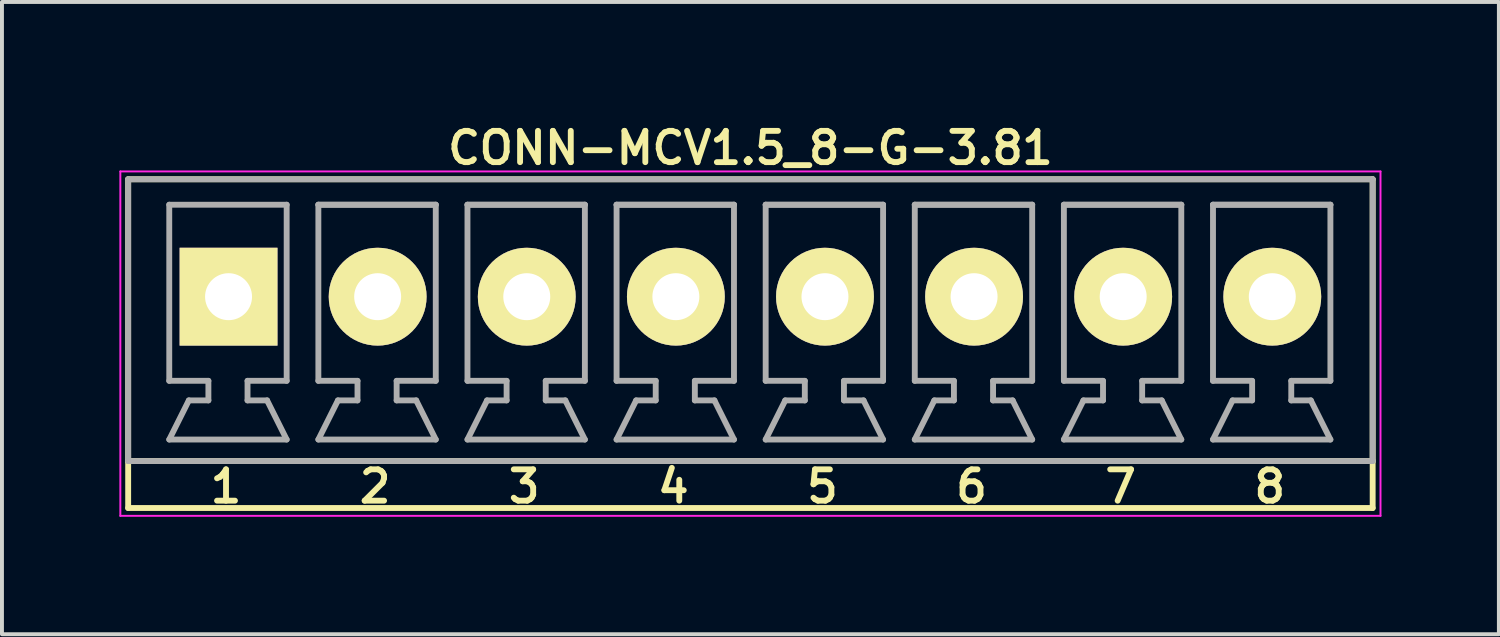
<source format=kicad_pcb>
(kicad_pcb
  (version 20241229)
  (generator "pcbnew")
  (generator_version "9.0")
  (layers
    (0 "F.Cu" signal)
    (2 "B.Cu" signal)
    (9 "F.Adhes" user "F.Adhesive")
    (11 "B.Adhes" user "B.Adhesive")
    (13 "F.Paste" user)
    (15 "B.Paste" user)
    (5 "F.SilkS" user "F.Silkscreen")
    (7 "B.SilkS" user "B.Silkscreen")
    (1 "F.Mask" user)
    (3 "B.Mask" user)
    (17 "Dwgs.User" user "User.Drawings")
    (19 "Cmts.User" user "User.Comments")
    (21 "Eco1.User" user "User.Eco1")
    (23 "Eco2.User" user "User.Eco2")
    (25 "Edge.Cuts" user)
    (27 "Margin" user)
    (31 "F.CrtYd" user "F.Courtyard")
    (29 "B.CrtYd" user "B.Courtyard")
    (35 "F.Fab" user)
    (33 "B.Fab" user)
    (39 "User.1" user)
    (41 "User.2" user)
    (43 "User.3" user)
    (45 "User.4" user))
  (footprint "CONN-MCV1.5_8-G-3.81"
    (layer "F.Cu")
    (at 16.125 4.531)
    (property "Reference" "CONN-MCV1.5_8-G-3.81" (at 0 -3.8 0) (layer "F.SilkS") (effects (font (size 0.8 0.8) (thickness 0.15))))
    (attr through_hole)
    (fp_line (start -15.9 -3) (end -15.9 4.2) (stroke (width 0.15) (type solid)) (layer "F.SilkS"))
    (fp_line (start -15.9 -3) (end 15.9 -3) (stroke (width 0.15) (type solid)) (layer "F.SilkS"))
    (fp_line (start -15.9 4.2) (end -15.9 5.4) (stroke (width 0.15) (type solid)) (layer "F.SilkS"))
    (fp_line (start -15.9 5.4) (end 15.9 5.4) (stroke (width 0.15) (type solid)) (layer "F.SilkS"))
    (fp_line (start 15.9 -3) (end 15.9 4.2) (stroke (width 0.15) (type solid)) (layer "F.SilkS"))
    (fp_line (start 15.9 4.2) (end -15.9 4.2) (stroke (width 0.15) (type solid)) (layer "F.SilkS"))
    (fp_line (start 15.9 5.4) (end 15.9 4.2) (stroke (width 0.15) (type solid)) (layer "F.SilkS"))
    (fp_line (start -16.1 -3.2) (end 16.1 -3.2) (stroke (width 0.05) (type solid)) (layer "F.CrtYd"))
    (fp_line (start -16.1 5.6) (end -16.1 -3.2) (stroke (width 0.05) (type solid)) (layer "F.CrtYd"))
    (fp_line (start 16.1 -3.2) (end 16.1 5.6) (stroke (width 0.05) (type solid)) (layer "F.CrtYd"))
    (fp_line (start 16.1 5.6) (end -16.1 5.6) (stroke (width 0.05) (type solid)) (layer "F.CrtYd"))
    (fp_line (start -15.9 -3) (end 15.9 -3) (stroke (width 0.15) (type solid)) (layer "F.Fab"))
    (fp_line (start -15.9 4.2) (end -15.9 -3) (stroke (width 0.15) (type solid)) (layer "F.Fab"))
    (fp_line (start -14.85 -2.35) (end -14.85 2.15) (stroke (width 0.15) (type solid)) (layer "F.Fab"))
    (fp_line (start -14.85 -2.35) (end -11.85 -2.35) (stroke (width 0.15) (type solid)) (layer "F.Fab"))
    (fp_line (start -14.85 3.65) (end -11.85 3.65) (stroke (width 0.15) (type solid)) (layer "F.Fab"))
    (fp_line (start -14.35 2.65) (end -14.85 3.65) (stroke (width 0.15) (type solid)) (layer "F.Fab"))
    (fp_line (start -13.85 2.15) (end -14.85 2.15) (stroke (width 0.15) (type solid)) (layer "F.Fab"))
    (fp_line (start -13.85 2.15) (end -13.85 2.65) (stroke (width 0.15) (type solid)) (layer "F.Fab"))
    (fp_line (start -13.85 2.65) (end -14.35 2.65) (stroke (width 0.15) (type solid)) (layer "F.Fab"))
    (fp_line (start -12.85 2.15) (end -12.85 2.65) (stroke (width 0.15) (type solid)) (layer "F.Fab"))
    (fp_line (start -12.85 2.65) (end -12.35 2.65) (stroke (width 0.15) (type solid)) (layer "F.Fab"))
    (fp_line (start -11.85 -2.35) (end -11.85 2.15) (stroke (width 0.15) (type solid)) (layer "F.Fab"))
    (fp_line (start -11.85 2.15) (end -12.85 2.15) (stroke (width 0.15) (type solid)) (layer "F.Fab"))
    (fp_line (start -11.85 3.65) (end -12.35 2.65) (stroke (width 0.15) (type solid)) (layer "F.Fab"))
    (fp_line (start -11.04 -2.35) (end -11.04 2.15) (stroke (width 0.15) (type solid)) (layer "F.Fab"))
    (fp_line (start -11.04 -2.35) (end -8.04 -2.35) (stroke (width 0.15) (type solid)) (layer "F.Fab"))
    (fp_line (start -11.04 -2.35) (end -8.04 -2.35) (stroke (width 0.15) (type solid)) (layer "F.Fab"))
    (fp_line (start -11.04 3.65) (end -8.04 3.65) (stroke (width 0.15) (type solid)) (layer "F.Fab"))
    (fp_line (start -10.54 2.65) (end -11.04 3.65) (stroke (width 0.15) (type solid)) (layer "F.Fab"))
    (fp_line (start -10.04 2.15) (end -11.04 2.15) (stroke (width 0.15) (type solid)) (layer "F.Fab"))
    (fp_line (start -10.04 2.15) (end -10.04 2.65) (stroke (width 0.15) (type solid)) (layer "F.Fab"))
    (fp_line (start -10.04 2.65) (end -10.54 2.65) (stroke (width 0.15) (type solid)) (layer "F.Fab"))
    (fp_line (start -9.04 2.15) (end -9.04 2.65) (stroke (width 0.15) (type solid)) (layer "F.Fab"))
    (fp_line (start -9.04 2.65) (end -8.54 2.65) (stroke (width 0.15) (type solid)) (layer "F.Fab"))
    (fp_line (start -8.04 -2.35) (end -8.04 2.15) (stroke (width 0.15) (type solid)) (layer "F.Fab"))
    (fp_line (start -8.04 2.15) (end -9.04 2.15) (stroke (width 0.15) (type solid)) (layer "F.Fab"))
    (fp_line (start -8.04 3.65) (end -8.54 2.65) (stroke (width 0.15) (type solid)) (layer "F.Fab"))
    (fp_line (start -7.23 -2.35) (end -7.23 2.15) (stroke (width 0.15) (type solid)) (layer "F.Fab"))
    (fp_line (start -7.23 -2.35) (end -4.23 -2.35) (stroke (width 0.15) (type solid)) (layer "F.Fab"))
    (fp_line (start -7.23 -2.35) (end -4.23 -2.35) (stroke (width 0.15) (type solid)) (layer "F.Fab"))
    (fp_line (start -7.23 3.65) (end -4.23 3.65) (stroke (width 0.15) (type solid)) (layer "F.Fab"))
    (fp_line (start -6.73 2.65) (end -7.23 3.65) (stroke (width 0.15) (type solid)) (layer "F.Fab"))
    (fp_line (start -6.23 2.15) (end -7.23 2.15) (stroke (width 0.15) (type solid)) (layer "F.Fab"))
    (fp_line (start -6.23 2.15) (end -6.23 2.65) (stroke (width 0.15) (type solid)) (layer "F.Fab"))
    (fp_line (start -6.23 2.65) (end -6.73 2.65) (stroke (width 0.15) (type solid)) (layer "F.Fab"))
    (fp_line (start -5.23 2.15) (end -5.23 2.65) (stroke (width 0.15) (type solid)) (layer "F.Fab"))
    (fp_line (start -5.23 2.65) (end -4.73 2.65) (stroke (width 0.15) (type solid)) (layer "F.Fab"))
    (fp_line (start -4.23 -2.35) (end -4.23 2.15) (stroke (width 0.15) (type solid)) (layer "F.Fab"))
    (fp_line (start -4.23 2.15) (end -5.23 2.15) (stroke (width 0.15) (type solid)) (layer "F.Fab"))
    (fp_line (start -4.23 3.65) (end -4.73 2.65) (stroke (width 0.15) (type solid)) (layer "F.Fab"))
    (fp_line (start -3.42 -2.35) (end -3.42 2.15) (stroke (width 0.15) (type solid)) (layer "F.Fab"))
    (fp_line (start -3.42 -2.35) (end -0.42 -2.35) (stroke (width 0.15) (type solid)) (layer "F.Fab"))
    (fp_line (start -3.42 -2.35) (end -0.42 -2.35) (stroke (width 0.15) (type solid)) (layer "F.Fab"))
    (fp_line (start -3.42 3.65) (end -0.42 3.65) (stroke (width 0.15) (type solid)) (layer "F.Fab"))
    (fp_line (start -2.92 2.65) (end -3.42 3.65) (stroke (width 0.15) (type solid)) (layer "F.Fab"))
    (fp_line (start -2.42 2.15) (end -3.42 2.15) (stroke (width 0.15) (type solid)) (layer "F.Fab"))
    (fp_line (start -2.42 2.15) (end -2.42 2.65) (stroke (width 0.15) (type solid)) (layer "F.Fab"))
    (fp_line (start -2.42 2.65) (end -2.92 2.65) (stroke (width 0.15) (type solid)) (layer "F.Fab"))
    (fp_line (start -1.42 2.15) (end -1.42 2.65) (stroke (width 0.15) (type solid)) (layer "F.Fab"))
    (fp_line (start -1.42 2.65) (end -0.92 2.65) (stroke (width 0.15) (type solid)) (layer "F.Fab"))
    (fp_line (start -0.42 -2.35) (end -0.42 2.15) (stroke (width 0.15) (type solid)) (layer "F.Fab"))
    (fp_line (start -0.42 2.15) (end -1.42 2.15) (stroke (width 0.15) (type solid)) (layer "F.Fab"))
    (fp_line (start -0.42 3.65) (end -0.92 2.65) (stroke (width 0.15) (type solid)) (layer "F.Fab"))
    (fp_line (start 0.39 -2.35) (end 0.39 2.15) (stroke (width 0.15) (type solid)) (layer "F.Fab"))
    (fp_line (start 0.39 -2.35) (end 3.39 -2.35) (stroke (width 0.15) (type solid)) (layer "F.Fab"))
    (fp_line (start 0.39 -2.35) (end 3.39 -2.35) (stroke (width 0.15) (type solid)) (layer "F.Fab"))
    (fp_line (start 0.39 3.65) (end 3.39 3.65) (stroke (width 0.15) (type solid)) (layer "F.Fab"))
    (fp_line (start 0.89 2.65) (end 0.39 3.65) (stroke (width 0.15) (type solid)) (layer "F.Fab"))
    (fp_line (start 1.39 2.15) (end 0.39 2.15) (stroke (width 0.15) (type solid)) (layer "F.Fab"))
    (fp_line (start 1.39 2.15) (end 1.39 2.65) (stroke (width 0.15) (type solid)) (layer "F.Fab"))
    (fp_line (start 1.39 2.65) (end 0.89 2.65) (stroke (width 0.15) (type solid)) (layer "F.Fab"))
    (fp_line (start 2.39 2.15) (end 2.39 2.65) (stroke (width 0.15) (type solid)) (layer "F.Fab"))
    (fp_line (start 2.39 2.65) (end 2.89 2.65) (stroke (width 0.15) (type solid)) (layer "F.Fab"))
    (fp_line (start 3.39 -2.35) (end 3.39 2.15) (stroke (width 0.15) (type solid)) (layer "F.Fab"))
    (fp_line (start 3.39 2.15) (end 2.39 2.15) (stroke (width 0.15) (type solid)) (layer "F.Fab"))
    (fp_line (start 3.39 3.65) (end 2.89 2.65) (stroke (width 0.15) (type solid)) (layer "F.Fab"))
    (fp_line (start 4.2 -2.35) (end 4.2 2.15) (stroke (width 0.15) (type solid)) (layer "F.Fab"))
    (fp_line (start 4.2 -2.35) (end 7.2 -2.35) (stroke (width 0.15) (type solid)) (layer "F.Fab"))
    (fp_line (start 4.2 -2.35) (end 7.2 -2.35) (stroke (width 0.15) (type solid)) (layer "F.Fab"))
    (fp_line (start 4.2 3.65) (end 7.2 3.65) (stroke (width 0.15) (type solid)) (layer "F.Fab"))
    (fp_line (start 4.7 2.65) (end 4.2 3.65) (stroke (width 0.15) (type solid)) (layer "F.Fab"))
    (fp_line (start 5.2 2.15) (end 4.2 2.15) (stroke (width 0.15) (type solid)) (layer "F.Fab"))
    (fp_line (start 5.2 2.15) (end 5.2 2.65) (stroke (width 0.15) (type solid)) (layer "F.Fab"))
    (fp_line (start 5.2 2.65) (end 4.7 2.65) (stroke (width 0.15) (type solid)) (layer "F.Fab"))
    (fp_line (start 6.2 2.15) (end 6.2 2.65) (stroke (width 0.15) (type solid)) (layer "F.Fab"))
    (fp_line (start 6.2 2.65) (end 6.7 2.65) (stroke (width 0.15) (type solid)) (layer "F.Fab"))
    (fp_line (start 7.2 -2.35) (end 7.2 2.15) (stroke (width 0.15) (type solid)) (layer "F.Fab"))
    (fp_line (start 7.2 2.15) (end 6.2 2.15) (stroke (width 0.15) (type solid)) (layer "F.Fab"))
    (fp_line (start 7.2 3.65) (end 6.7 2.65) (stroke (width 0.15) (type solid)) (layer "F.Fab"))
    (fp_line (start 8.01 -2.35) (end 8.01 2.15) (stroke (width 0.15) (type solid)) (layer "F.Fab"))
    (fp_line (start 8.01 -2.35) (end 11.01 -2.35) (stroke (width 0.15) (type solid)) (layer "F.Fab"))
    (fp_line (start 8.01 -2.35) (end 11.01 -2.35) (stroke (width 0.15) (type solid)) (layer "F.Fab"))
    (fp_line (start 8.01 3.65) (end 11.01 3.65) (stroke (width 0.15) (type solid)) (layer "F.Fab"))
    (fp_line (start 8.51 2.65) (end 8.01 3.65) (stroke (width 0.15) (type solid)) (layer "F.Fab"))
    (fp_line (start 9.01 2.15) (end 8.01 2.15) (stroke (width 0.15) (type solid)) (layer "F.Fab"))
    (fp_line (start 9.01 2.15) (end 9.01 2.65) (stroke (width 0.15) (type solid)) (layer "F.Fab"))
    (fp_line (start 9.01 2.65) (end 8.51 2.65) (stroke (width 0.15) (type solid)) (layer "F.Fab"))
    (fp_line (start 10.01 2.15) (end 10.01 2.65) (stroke (width 0.15) (type solid)) (layer "F.Fab"))
    (fp_line (start 10.01 2.65) (end 10.51 2.65) (stroke (width 0.15) (type solid)) (layer "F.Fab"))
    (fp_line (start 11.01 -2.35) (end 11.01 2.15) (stroke (width 0.15) (type solid)) (layer "F.Fab"))
    (fp_line (start 11.01 2.15) (end 10.01 2.15) (stroke (width 0.15) (type solid)) (layer "F.Fab"))
    (fp_line (start 11.01 3.65) (end 10.51 2.65) (stroke (width 0.15) (type solid)) (layer "F.Fab"))
    (fp_line (start 11.82 -2.35) (end 11.82 2.15) (stroke (width 0.15) (type solid)) (layer "F.Fab"))
    (fp_line (start 11.82 -2.35) (end 14.82 -2.35) (stroke (width 0.15) (type solid)) (layer "F.Fab"))
    (fp_line (start 11.82 -2.35) (end 14.82 -2.35) (stroke (width 0.15) (type solid)) (layer "F.Fab"))
    (fp_line (start 11.82 3.65) (end 14.82 3.65) (stroke (width 0.15) (type solid)) (layer "F.Fab"))
    (fp_line (start 12.32 2.65) (end 11.82 3.65) (stroke (width 0.15) (type solid)) (layer "F.Fab"))
    (fp_line (start 12.82 2.15) (end 11.82 2.15) (stroke (width 0.15) (type solid)) (layer "F.Fab"))
    (fp_line (start 12.82 2.15) (end 12.82 2.65) (stroke (width 0.15) (type solid)) (layer "F.Fab"))
    (fp_line (start 12.82 2.65) (end 12.32 2.65) (stroke (width 0.15) (type solid)) (layer "F.Fab"))
    (fp_line (start 13.82 2.15) (end 13.82 2.65) (stroke (width 0.15) (type solid)) (layer "F.Fab"))
    (fp_line (start 13.82 2.65) (end 14.32 2.65) (stroke (width 0.15) (type solid)) (layer "F.Fab"))
    (fp_line (start 14.82 -2.35) (end 14.82 2.15) (stroke (width 0.15) (type solid)) (layer "F.Fab"))
    (fp_line (start 14.82 2.15) (end 13.82 2.15) (stroke (width 0.15) (type solid)) (layer "F.Fab"))
    (fp_line (start 14.82 3.65) (end 14.32 2.65) (stroke (width 0.15) (type solid)) (layer "F.Fab"))
    (fp_line (start 15.9 -3) (end 15.9 4.2) (stroke (width 0.15) (type solid)) (layer "F.Fab"))
    (fp_line (start 15.9 4.2) (end -15.9 4.2) (stroke (width 0.15) (type solid)) (layer "F.Fab"))
    (fp_text user "4" (at -1.97 4.85 0) (layer "F.SilkS") (effects (font (size 0.8 0.8) (thickness 0.15))))
    (fp_text user "3" (at -5.78 4.85 0) (layer "F.SilkS") (effects (font (size 0.8 0.8) (thickness 0.15))))
    (fp_text user "1" (at -13.4 4.85 0) (layer "F.SilkS") (effects (font (size 0.8 0.8) (thickness 0.15))))
    (fp_text user "7" (at 9.46 4.85 0) (layer "F.SilkS") (effects (font (size 0.8 0.8) (thickness 0.15))))
    (fp_text user "6" (at 5.65 4.85 0) (layer "F.SilkS") (effects (font (size 0.8 0.8) (thickness 0.15))))
    (fp_text user "5" (at 1.84 4.85 0) (layer "F.SilkS") (effects (font (size 0.8 0.8) (thickness 0.15))))
    (fp_text user "8" (at 13.27 4.85 0) (layer "F.SilkS") (effects (font (size 0.8 0.8) (thickness 0.15))))
    (fp_text user "2" (at -9.59 4.85 0) (layer "F.SilkS") (effects (font (size 0.8 0.8) (thickness 0.15))))
    (pad "1" thru_hole rect (at -13.335 0) (size 2.5 2.5) (drill 1.2) (layers "*.Cu" "*.Mask" "F.SilkS"))
    (pad "2" thru_hole circle (at -9.525 0) (size 2.5 2.5) (drill 1.2) (layers "*.Cu" "*.Mask" "F.SilkS"))
    (pad "3" thru_hole circle (at -5.715 0) (size 2.5 2.5) (drill 1.2) (layers "*.Cu" "*.Mask" "F.SilkS"))
    (pad "4" thru_hole circle (at -1.905 0) (size 2.5 2.5) (drill 1.2) (layers "*.Cu" "*.Mask" "F.SilkS"))
    (pad "5" thru_hole circle (at 1.905 0) (size 2.5 2.5) (drill 1.2) (layers "*.Cu" "*.Mask" "F.SilkS"))
    (pad "6" thru_hole circle (at 5.715 0) (size 2.5 2.5) (drill 1.2) (layers "*.Cu" "*.Mask" "F.SilkS"))
    (pad "7" thru_hole circle (at 9.525 0) (size 2.5 2.5) (drill 1.2) (layers "*.Cu" "*.Mask" "F.SilkS"))
    (pad "8" thru_hole oval (at 13.335 0) (size 2.5 2.5) (drill 1.2) (layers "*.Cu" "*.Mask" "F.SilkS")))
  (gr_rect
    (start -3 -3)
    (end 35.25 13.156)
    (stroke (width 0.1) (type default))
    (fill no)
    (layer "Edge.Cuts")))
</source>
